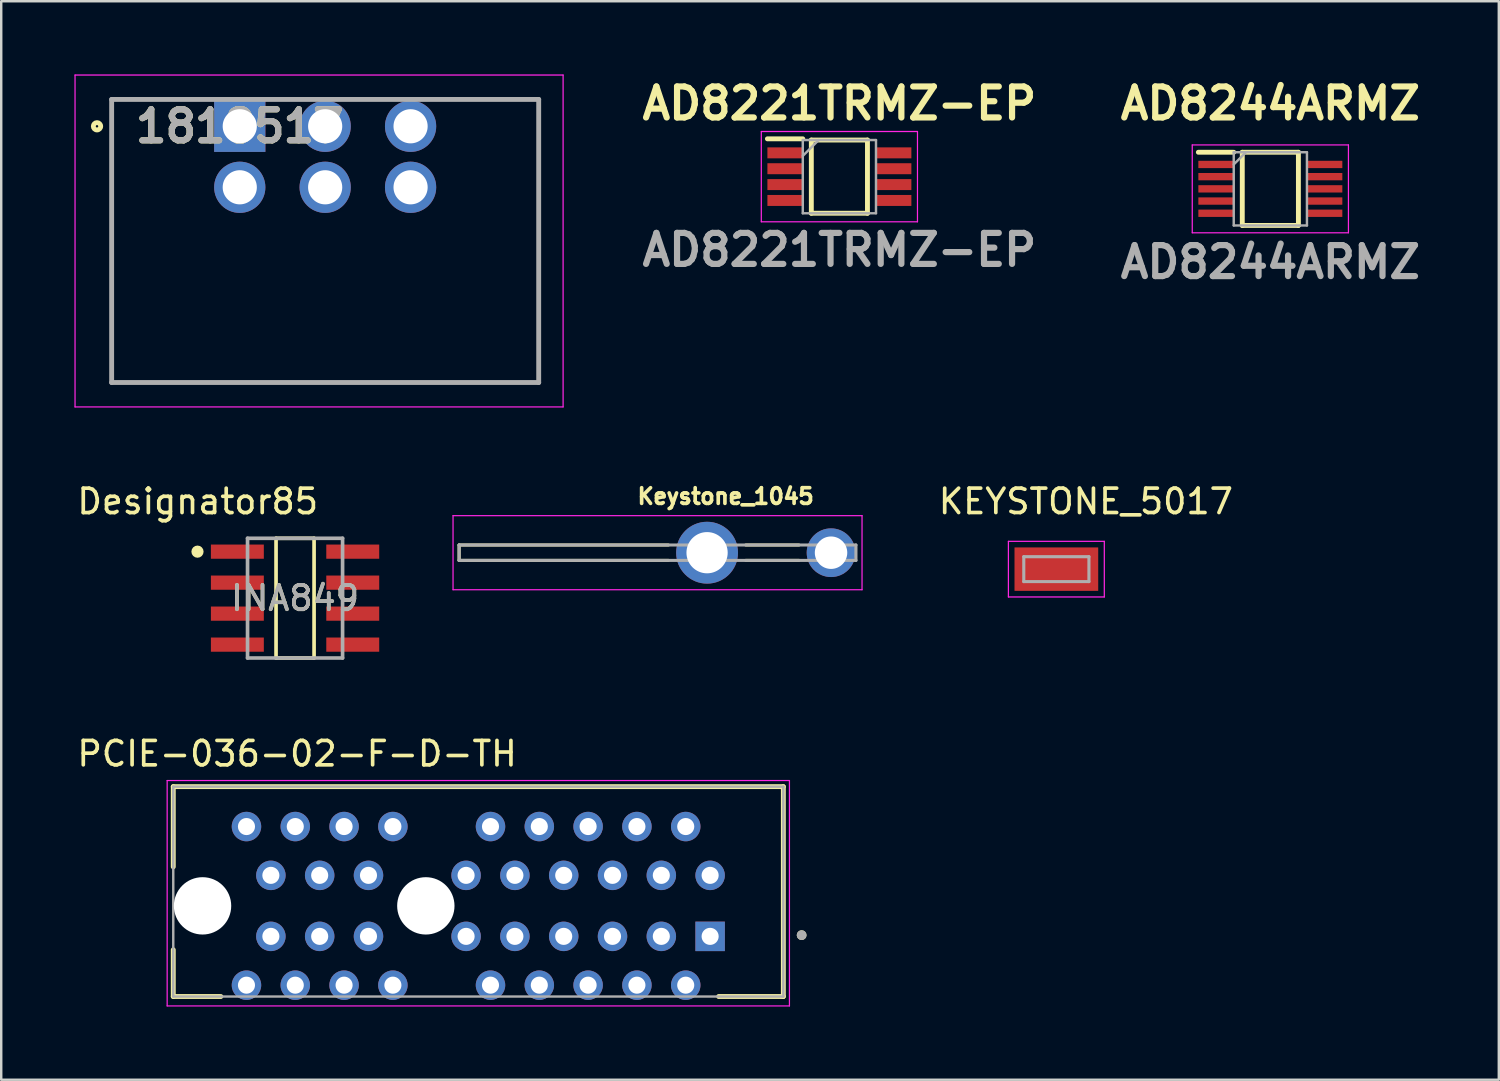
<source format=kicad_pcb>
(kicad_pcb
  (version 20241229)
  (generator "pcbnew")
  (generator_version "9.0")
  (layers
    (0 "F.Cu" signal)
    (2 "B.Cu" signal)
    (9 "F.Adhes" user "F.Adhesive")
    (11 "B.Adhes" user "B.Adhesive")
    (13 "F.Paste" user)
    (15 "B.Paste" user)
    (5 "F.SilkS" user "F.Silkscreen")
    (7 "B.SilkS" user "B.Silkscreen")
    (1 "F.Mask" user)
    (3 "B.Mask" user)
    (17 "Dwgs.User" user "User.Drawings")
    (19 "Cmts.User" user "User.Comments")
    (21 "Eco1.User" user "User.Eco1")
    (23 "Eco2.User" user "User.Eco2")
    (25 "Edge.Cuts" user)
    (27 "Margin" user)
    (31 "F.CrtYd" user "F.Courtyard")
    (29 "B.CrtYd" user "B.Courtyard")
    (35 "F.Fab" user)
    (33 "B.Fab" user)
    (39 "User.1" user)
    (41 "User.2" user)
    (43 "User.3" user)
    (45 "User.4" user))
  (footprint "Keystone_1045"
    (layer "F.Cu")
    (at 25.925 19.599)
    (property "Reference" "Keystone_1045" (at 0.762 -2.311 0) (layer "F.SilkS") (effects (font (size 0.64 0.64) (thickness 0.15))))
    (attr through_hole)
    (fp_line (start -10.16 -0.315) (end -1.587 -0.315) (stroke (width 0.127) (type solid)) (layer "F.SilkS"))
    (fp_line (start -10.16 0.315) (end -10.16 -0.315) (stroke (width 0.127) (type solid)) (layer "F.SilkS"))
    (fp_line (start -1.587 0.315) (end -10.16 0.315) (stroke (width 0.127) (type solid)) (layer "F.SilkS"))
    (fp_line (start 1.587 -0.315) (end 3.763 -0.315) (stroke (width 0.127) (type solid)) (layer "F.SilkS"))
    (fp_line (start 1.587 0.315) (end 3.763 0.315) (stroke (width 0.127) (type solid)) (layer "F.SilkS"))
    (fp_line (start -10.41 -1.518) (end -10.41 1.518) (stroke (width 0.05) (type solid)) (layer "F.CrtYd"))
    (fp_line (start -10.41 1.518) (end 6.35 1.518) (stroke (width 0.05) (type solid)) (layer "F.CrtYd"))
    (fp_line (start 6.35 -1.518) (end -10.41 -1.518) (stroke (width 0.05) (type solid)) (layer "F.CrtYd"))
    (fp_line (start 6.35 1.518) (end 6.35 -1.518) (stroke (width 0.05) (type solid)) (layer "F.CrtYd"))
    (fp_line (start -10.16 -0.315) (end 6.1 -0.315) (stroke (width 0.127) (type solid)) (layer "F.Fab"))
    (fp_line (start -10.16 0.315) (end -10.16 -0.315) (stroke (width 0.127) (type solid)) (layer "F.Fab"))
    (fp_line (start 6.1 -0.315) (end 6.1 0.315) (stroke (width 0.127) (type solid)) (layer "F.Fab"))
    (fp_line (start 6.1 0.315) (end -10.16 0.315) (stroke (width 0.127) (type solid)) (layer "F.Fab"))
    (pad "" np_thru_hole circle (at 5.08 0) (size 1.995 1.995) (drill 1.33) (layers "*.Cu" "*.Mask"))
    (pad "TP1" thru_hole circle (at 0 0) (size 2.535 2.535) (drill 1.69) (layers "*.Cu" "*.Mask")))
  (footprint "1818517"
    (layer "F.Cu")
    (at 6.775 2.125)
    (property "Reference" "1818517" (at 0 0 0) (layer "F.SilkS") (effects (font (size 1.27 1.27) (thickness 0.254))))
    (property "Field4" "" (at 0 0 0) (layer "F.SilkS") (effects (font (size 1 1) (thickness 0.1))))
    (attr through_hole)
    (fp_line (start -5.25 10.5) (end -5.25 -1.1) (stroke (width 0.1) (type solid)) (layer "F.SilkS"))
    (fp_line (start 12.25 -1.1) (end 12.25 10.5) (stroke (width 0.1) (type solid)) (layer "F.SilkS"))
    (fp_line (start 12.25 10.5) (end -5.25 10.5) (stroke (width 0.1) (type solid)) (layer "F.SilkS"))
    (fp_circle (center -5.85 0) (end -5.85 0.05) (stroke (width 0.2) (type solid)) (fill no) (layer "F.SilkS"))
    (fp_line (start -6.75 -2.1) (end 13.25 -2.1) (stroke (width 0.05) (type solid)) (layer "F.CrtYd"))
    (fp_line (start -6.75 11.5) (end -6.75 -2.1) (stroke (width 0.05) (type solid)) (layer "F.CrtYd"))
    (fp_line (start 13.25 -2.1) (end 13.25 11.5) (stroke (width 0.05) (type solid)) (layer "F.CrtYd"))
    (fp_line (start 13.25 11.5) (end -6.75 11.5) (stroke (width 0.05) (type solid)) (layer "F.CrtYd"))
    (fp_line (start -5.25 -1.1) (end 12.25 -1.1) (stroke (width 0.2) (type solid)) (layer "F.Fab"))
    (fp_line (start -5.25 10.5) (end -5.25 -1.1) (stroke (width 0.2) (type solid)) (layer "F.Fab"))
    (fp_line (start 12.25 -1.1) (end 12.25 10.5) (stroke (width 0.2) (type solid)) (layer "F.Fab"))
    (fp_line (start 12.25 10.5) (end -5.25 10.5) (stroke (width 0.2) (type solid)) (layer "F.Fab"))
    (fp_text user "${REFERENCE}" (at 0 0 0) (layer "F.Fab") (effects (font (size 1.27 1.27) (thickness 0.254))))
    (pad "1" thru_hole rect (at 0 0) (size 2.1 2.1) (drill 1.4) (layers "*.Cu" "*.Mask"))
    (pad "2" thru_hole circle (at 3.5 0) (size 2.1 2.1) (drill 1.4) (layers "*.Cu" "*.Mask"))
    (pad "3" thru_hole circle (at 7 0) (size 2.1 2.1) (drill 1.4) (layers "*.Cu" "*.Mask"))
    (pad "4" thru_hole circle (at 0 2.5) (size 2.1 2.1) (drill 1.4) (layers "*.Cu" "*.Mask"))
    (pad "5" thru_hole circle (at 3.5 2.5) (size 2.1 2.1) (drill 1.4) (layers "*.Cu" "*.Mask"))
    (pad "6" thru_hole circle (at 7 2.5) (size 2.1 2.1) (drill 1.4) (layers "*.Cu" "*.Mask")))
  (footprint "KEYSTONE_5017"
    (layer "F.Cu")
    (at 40.238 20.273)
    (property "Reference" "KEYSTONE_5017" (at 1.21 -2.775 0) (layer "F.SilkS") (effects (font (size 1 1) (thickness 0.15))))
    (attr smd)
    (fp_line (start -1.965 -1.14) (end -1.965 1.14) (stroke (width 0.05) (type solid)) (layer "F.CrtYd"))
    (fp_line (start -1.965 1.14) (end 1.965 1.14) (stroke (width 0.05) (type solid)) (layer "F.CrtYd"))
    (fp_line (start 1.965 -1.14) (end -1.965 -1.14) (stroke (width 0.05) (type solid)) (layer "F.CrtYd"))
    (fp_line (start 1.965 1.14) (end 1.965 -1.14) (stroke (width 0.05) (type solid)) (layer "F.CrtYd"))
    (fp_line (start -1.335 -0.51) (end 1.335 -0.51) (stroke (width 0.127) (type solid)) (layer "F.Fab"))
    (fp_line (start -1.335 0.51) (end -1.335 -0.51) (stroke (width 0.127) (type solid)) (layer "F.Fab"))
    (fp_line (start 1.335 -0.51) (end 1.335 0.51) (stroke (width 0.127) (type solid)) (layer "F.Fab"))
    (fp_line (start 1.335 0.51) (end -1.335 0.51) (stroke (width 0.127) (type solid)) (layer "F.Fab"))
    (pad "1" smd rect (at 0 0) (size 3.43 1.78) (layers "F.Cu" "F.Mask" "F.Paste")))
  (footprint "PCIE-036-02-F-D-TH"
    (layer "F.Cu")
    (at 16.55 33.486)
    (property "Reference" "PCIE-036-02-F-D-TH" (at -7.425 -5.65 0) (layer "F.SilkS") (effects (font (size 1 1) (thickness 0.15))))
    (attr through_hole)
    (fp_line (start -12.5 -4.3) (end 12.5 -4.3) (stroke (width 0.2) (type solid)) (layer "F.SilkS"))
    (fp_line (start -12.5 -1.015) (end -12.5 -4.3) (stroke (width 0.2) (type solid)) (layer "F.SilkS"))
    (fp_line (start -12.5 4.3) (end -12.5 2.385) (stroke (width 0.2) (type solid)) (layer "F.SilkS"))
    (fp_line (start -10.55 4.3) (end -12.5 4.3) (stroke (width 0.2) (type solid)) (layer "F.SilkS"))
    (fp_line (start 12.5 -4.3) (end 12.5 4.3) (stroke (width 0.2) (type solid)) (layer "F.SilkS"))
    (fp_line (start 12.5 4.3) (end 9.85 4.3) (stroke (width 0.2) (type solid)) (layer "F.SilkS"))
    (fp_circle (center 13.25 1.785) (end 13.35 1.785) (stroke (width 0.2) (type solid)) (fill no) (layer "F.SilkS"))
    (fp_line (start -12.75 -4.55) (end 12.75 -4.55) (stroke (width 0.05) (type solid)) (layer "F.CrtYd"))
    (fp_line (start -12.75 4.685) (end -12.75 -4.55) (stroke (width 0.05) (type solid)) (layer "F.CrtYd"))
    (fp_line (start 12.75 -4.55) (end 12.75 4.685) (stroke (width 0.05) (type solid)) (layer "F.CrtYd"))
    (fp_line (start 12.75 4.685) (end -12.75 4.685) (stroke (width 0.05) (type solid)) (layer "F.CrtYd"))
    (fp_line (start -12.5 -4.3) (end 12.5 -4.3) (stroke (width 0.1) (type solid)) (layer "F.Fab"))
    (fp_line (start -12.5 4.3) (end -12.5 -4.3) (stroke (width 0.1) (type solid)) (layer "F.Fab"))
    (fp_line (start 12.5 -4.3) (end 12.5 4.3) (stroke (width 0.1) (type solid)) (layer "F.Fab"))
    (fp_line (start 12.5 4.3) (end -12.5 4.3) (stroke (width 0.1) (type solid)) (layer "F.Fab"))
    (fp_circle (center 13.25 1.785) (end 13.35 1.785) (stroke (width 0.2) (type solid)) (fill no) (layer "F.Fab"))
    (pad "" np_thru_hole circle (at -11.3 0.585) (size 2.35 2.35) (drill 2.35) (layers "*.Cu" "*.Mask"))
    (pad "" np_thru_hole circle (at -2.15 0.585) (size 2.35 2.35) (drill 2.35) (layers "*.Cu" "*.Mask"))
    (pad "A1" thru_hole rect (at 9.5 1.835) (size 1.208 1.208) (drill 0.7) (layers "*.Cu" "*.Mask"))
    (pad "A2" thru_hole circle (at 8.5 3.835) (size 1.208 1.208) (drill 0.7) (layers "*.Cu" "*.Mask"))
    (pad "A3" thru_hole circle (at 7.5 1.835) (size 1.208 1.208) (drill 0.7) (layers "*.Cu" "*.Mask"))
    (pad "A4" thru_hole circle (at 6.5 3.835) (size 1.208 1.208) (drill 0.7) (layers "*.Cu" "*.Mask"))
    (pad "A5" thru_hole circle (at 5.5 1.835) (size 1.208 1.208) (drill 0.7) (layers "*.Cu" "*.Mask"))
    (pad "A6" thru_hole circle (at 4.5 3.835) (size 1.208 1.208) (drill 0.7) (layers "*.Cu" "*.Mask"))
    (pad "A7" thru_hole circle (at 3.5 1.835) (size 1.208 1.208) (drill 0.7) (layers "*.Cu" "*.Mask"))
    (pad "A8" thru_hole circle (at 2.5 3.835) (size 1.208 1.208) (drill 0.7) (layers "*.Cu" "*.Mask"))
    (pad "A9" thru_hole circle (at 1.5 1.835) (size 1.208 1.208) (drill 0.7) (layers "*.Cu" "*.Mask"))
    (pad "A10" thru_hole circle (at 0.5 3.835) (size 1.208 1.208) (drill 0.7) (layers "*.Cu" "*.Mask"))
    (pad "A11" thru_hole circle (at -0.5 1.835) (size 1.208 1.208) (drill 0.7) (layers "*.Cu" "*.Mask"))
    (pad "A12" thru_hole circle (at -3.5 3.835) (size 1.208 1.208) (drill 0.7) (layers "*.Cu" "*.Mask"))
    (pad "A13" thru_hole circle (at -4.5 1.835) (size 1.208 1.208) (drill 0.7) (layers "*.Cu" "*.Mask"))
    (pad "A14" thru_hole circle (at -5.5 3.835) (size 1.208 1.208) (drill 0.7) (layers "*.Cu" "*.Mask"))
    (pad "A15" thru_hole circle (at -6.5 1.835) (size 1.208 1.208) (drill 0.7) (layers "*.Cu" "*.Mask"))
    (pad "A16" thru_hole circle (at -7.5 3.835) (size 1.208 1.208) (drill 0.7) (layers "*.Cu" "*.Mask"))
    (pad "A17" thru_hole circle (at -8.5 1.835) (size 1.208 1.208) (drill 0.7) (layers "*.Cu" "*.Mask"))
    (pad "A18" thru_hole circle (at -9.5 3.835) (size 1.208 1.208) (drill 0.7) (layers "*.Cu" "*.Mask"))
    (pad "B1" thru_hole circle (at 9.5 -0.665) (size 1.208 1.208) (drill 0.7) (layers "*.Cu" "*.Mask"))
    (pad "B2" thru_hole circle (at 8.5 -2.665) (size 1.208 1.208) (drill 0.7) (layers "*.Cu" "*.Mask"))
    (pad "B3" thru_hole circle (at 7.5 -0.665) (size 1.208 1.208) (drill 0.7) (layers "*.Cu" "*.Mask"))
    (pad "B4" thru_hole circle (at 6.5 -2.665) (size 1.208 1.208) (drill 0.7) (layers "*.Cu" "*.Mask"))
    (pad "B5" thru_hole circle (at 5.5 -0.665) (size 1.208 1.208) (drill 0.7) (layers "*.Cu" "*.Mask"))
    (pad "B6" thru_hole circle (at 4.5 -2.665) (size 1.208 1.208) (drill 0.7) (layers "*.Cu" "*.Mask"))
    (pad "B7" thru_hole circle (at 3.5 -0.665) (size 1.208 1.208) (drill 0.7) (layers "*.Cu" "*.Mask"))
    (pad "B8" thru_hole circle (at 2.5 -2.665) (size 1.208 1.208) (drill 0.7) (layers "*.Cu" "*.Mask"))
    (pad "B9" thru_hole circle (at 1.5 -0.665) (size 1.208 1.208) (drill 0.7) (layers "*.Cu" "*.Mask"))
    (pad "B10" thru_hole circle (at 0.5 -2.665) (size 1.208 1.208) (drill 0.7) (layers "*.Cu" "*.Mask"))
    (pad "B11" thru_hole circle (at -0.5 -0.665) (size 1.208 1.208) (drill 0.7) (layers "*.Cu" "*.Mask"))
    (pad "B12" thru_hole circle (at -3.5 -2.665) (size 1.208 1.208) (drill 0.7) (layers "*.Cu" "*.Mask"))
    (pad "B13" thru_hole circle (at -4.5 -0.665) (size 1.208 1.208) (drill 0.7) (layers "*.Cu" "*.Mask"))
    (pad "B14" thru_hole circle (at -5.5 -2.665) (size 1.208 1.208) (drill 0.7) (layers "*.Cu" "*.Mask"))
    (pad "B15" thru_hole circle (at -6.5 -0.665) (size 1.208 1.208) (drill 0.7) (layers "*.Cu" "*.Mask"))
    (pad "B16" thru_hole circle (at -7.5 -2.665) (size 1.208 1.208) (drill 0.7) (layers "*.Cu" "*.Mask"))
    (pad "B17" thru_hole circle (at -8.5 -0.665) (size 1.208 1.208) (drill 0.7) (layers "*.Cu" "*.Mask"))
    (pad "B18" thru_hole circle (at -9.5 -2.665) (size 1.208 1.208) (drill 0.7) (layers "*.Cu" "*.Mask")))
  (footprint "AD8221TRMZ-EP"
    (layer "F.Cu")
    (at 31.347 4.189)
    (property "Reference" "AD8221TRMZ-EP" (at 0 -3 0) (layer "F.SilkS") (effects (font (size 1.27 1.27) (thickness 0.254))))
    (property "Field4" "" (at 0 0 0) (layer "F.SilkS") (effects (font (size 1 1) (thickness 0.1))))
    (attr smd)
    (fp_line (start -2.95 -1.55) (end -1.5 -1.55) (stroke (width 0.2) (type solid)) (layer "F.SilkS"))
    (fp_line (start -1.15 -1.5) (end 1.15 -1.5) (stroke (width 0.2) (type solid)) (layer "F.SilkS"))
    (fp_line (start -1.15 1.5) (end -1.15 -1.5) (stroke (width 0.2) (type solid)) (layer "F.SilkS"))
    (fp_line (start 1.15 -1.5) (end 1.15 1.5) (stroke (width 0.2) (type solid)) (layer "F.SilkS"))
    (fp_line (start 1.15 1.5) (end -1.15 1.5) (stroke (width 0.2) (type solid)) (layer "F.SilkS"))
    (fp_line (start -3.2 -1.85) (end 3.2 -1.85) (stroke (width 0.05) (type solid)) (layer "F.CrtYd"))
    (fp_line (start -3.2 1.85) (end -3.2 -1.85) (stroke (width 0.05) (type solid)) (layer "F.CrtYd"))
    (fp_line (start 3.2 -1.85) (end 3.2 1.85) (stroke (width 0.05) (type solid)) (layer "F.CrtYd"))
    (fp_line (start 3.2 1.85) (end -3.2 1.85) (stroke (width 0.05) (type solid)) (layer "F.CrtYd"))
    (fp_line (start -1.5 -1.5) (end 1.5 -1.5) (stroke (width 0.1) (type solid)) (layer "F.Fab"))
    (fp_line (start -1.5 -0.85) (end -0.85 -1.5) (stroke (width 0.1) (type solid)) (layer "F.Fab"))
    (fp_line (start -1.5 1.5) (end -1.5 -1.5) (stroke (width 0.1) (type solid)) (layer "F.Fab"))
    (fp_line (start 1.5 -1.5) (end 1.5 1.5) (stroke (width 0.1) (type solid)) (layer "F.Fab"))
    (fp_line (start 1.5 1.5) (end -1.5 1.5) (stroke (width 0.1) (type solid)) (layer "F.Fab"))
    (fp_text user "${REFERENCE}" (at 0 3 0) (layer "F.Fab") (effects (font (size 1.27 1.27) (thickness 0.254))))
    (pad "1" smd rect (at -2.225 -0.975 90) (size 0.45 1.45) (layers "F.Cu" "F.Mask" "F.Paste"))
    (pad "2" smd rect (at -2.225 -0.325 90) (size 0.45 1.45) (layers "F.Cu" "F.Mask" "F.Paste"))
    (pad "3" smd rect (at -2.225 0.325 90) (size 0.45 1.45) (layers "F.Cu" "F.Mask" "F.Paste"))
    (pad "4" smd rect (at -2.225 0.975 90) (size 0.45 1.45) (layers "F.Cu" "F.Mask" "F.Paste"))
    (pad "5" smd rect (at 2.225 0.975 90) (size 0.45 1.45) (layers "F.Cu" "F.Mask" "F.Paste"))
    (pad "6" smd rect (at 2.225 0.325 90) (size 0.45 1.45) (layers "F.Cu" "F.Mask" "F.Paste"))
    (pad "7" smd rect (at 2.225 -0.325 90) (size 0.45 1.45) (layers "F.Cu" "F.Mask" "F.Paste"))
    (pad "8" smd rect (at 2.225 -0.975 90) (size 0.45 1.45) (layers "F.Cu" "F.Mask" "F.Paste")))
  (footprint "INA849"
    (layer "F.Cu")
    (at 9.041 21.461)
    (property "Reference" "INA849" (at 0 0 0) (unlocked yes) (layer "F.SilkS") (effects (font (size 1 1) (thickness 0.15))))
    (attr smd)
    (fp_line (start -0.779 -2.453) (end 0.779 -2.453) (stroke (width 0.15) (type solid)) (layer "F.SilkS"))
    (fp_line (start -0.779 2.453) (end -0.779 -2.453) (stroke (width 0.15) (type solid)) (layer "F.SilkS"))
    (fp_line (start -0.779 2.453) (end 0.779 2.453) (stroke (width 0.15) (type solid)) (layer "F.SilkS"))
    (fp_line (start 0.779 2.453) (end 0.779 -2.453) (stroke (width 0.15) (type solid)) (layer "F.SilkS"))
    (fp_circle (center -3.998 -1.905) (end -3.873 -1.905) (stroke (width 0.25) (type solid)) (fill no) (layer "F.SilkS"))
    (fp_line (start -1.947 -2.453) (end 1.947 -2.453) (stroke (width 0.15) (type solid)) (layer "F.Fab"))
    (fp_line (start -1.947 2.453) (end -1.947 -2.453) (stroke (width 0.15) (type solid)) (layer "F.Fab"))
    (fp_line (start -1.947 2.453) (end 1.947 2.453) (stroke (width 0.15) (type solid)) (layer "F.Fab"))
    (fp_line (start 1.947 2.453) (end 1.947 -2.453) (stroke (width 0.15) (type solid)) (layer "F.Fab"))
    (fp_text user "Designator85" (at -3.988 -3.962 0) (unlocked yes) (layer "F.SilkS") (effects (font (size 1 1) (thickness 0.15))))
    (fp_text user "${REFERENCE}" (at 0 0 0) (unlocked yes) (layer "F.Fab") (effects (font (size 1 1) (thickness 0.15))))
    (pad "1" smd rect (at -2.364 -1.905) (size 2.169 0.582) (layers "F.Cu" "F.Mask" "F.Paste"))
    (pad "2" smd rect (at -2.364 -0.635) (size 2.169 0.582) (layers "F.Cu" "F.Mask" "F.Paste"))
    (pad "3" smd rect (at -2.364 0.635) (size 2.169 0.582) (layers "F.Cu" "F.Mask" "F.Paste"))
    (pad "4" smd rect (at -2.364 1.905) (size 2.169 0.582) (layers "F.Cu" "F.Mask" "F.Paste"))
    (pad "5" smd rect (at 2.364 1.905) (size 2.169 0.582) (layers "F.Cu" "F.Mask" "F.Paste"))
    (pad "6" smd rect (at 2.364 0.635) (size 2.169 0.582) (layers "F.Cu" "F.Mask" "F.Paste"))
    (pad "7" smd rect (at 2.364 -0.635) (size 2.169 0.582) (layers "F.Cu" "F.Mask" "F.Paste"))
    (pad "8" smd rect (at 2.364 -1.905) (size 2.169 0.582) (layers "F.Cu" "F.Mask" "F.Paste")))
  (footprint "AD8244ARMZ"
    (layer "F.Cu")
    (at 49.007 4.689)
    (property "Reference" "AD8244ARMZ" (at 0 -3.5 0) (layer "F.SilkS") (effects (font (size 1.27 1.27) (thickness 0.254))))
    (attr smd)
    (fp_line (start -2.95 -1.5) (end -1.5 -1.5) (stroke (width 0.2) (type solid)) (layer "F.SilkS"))
    (fp_line (start -1.15 -1.5) (end 1.15 -1.5) (stroke (width 0.2) (type solid)) (layer "F.SilkS"))
    (fp_line (start -1.15 1.5) (end -1.15 -1.5) (stroke (width 0.2) (type solid)) (layer "F.SilkS"))
    (fp_line (start 1.15 -1.5) (end 1.15 1.5) (stroke (width 0.2) (type solid)) (layer "F.SilkS"))
    (fp_line (start 1.15 1.5) (end -1.15 1.5) (stroke (width 0.2) (type solid)) (layer "F.SilkS"))
    (fp_line (start -3.2 -1.8) (end 3.2 -1.8) (stroke (width 0.05) (type solid)) (layer "F.CrtYd"))
    (fp_line (start -3.2 1.8) (end -3.2 -1.8) (stroke (width 0.05) (type solid)) (layer "F.CrtYd"))
    (fp_line (start 3.2 -1.8) (end 3.2 1.8) (stroke (width 0.05) (type solid)) (layer "F.CrtYd"))
    (fp_line (start 3.2 1.8) (end -3.2 1.8) (stroke (width 0.05) (type solid)) (layer "F.CrtYd"))
    (fp_line (start -1.5 -1.5) (end 1.5 -1.5) (stroke (width 0.1) (type solid)) (layer "F.Fab"))
    (fp_line (start -1.5 -1) (end -1 -1.5) (stroke (width 0.1) (type solid)) (layer "F.Fab"))
    (fp_line (start -1.5 1.5) (end -1.5 -1.5) (stroke (width 0.1) (type solid)) (layer "F.Fab"))
    (fp_line (start 1.5 -1.5) (end 1.5 1.5) (stroke (width 0.1) (type solid)) (layer "F.Fab"))
    (fp_line (start 1.5 1.5) (end -1.5 1.5) (stroke (width 0.1) (type solid)) (layer "F.Fab"))
    (fp_text user "${REFERENCE}" (at 0 3 0) (layer "F.Fab") (effects (font (size 1.27 1.27) (thickness 0.254))))
    (pad "1" smd rect (at -2.225 -1 90) (size 0.3 1.45) (layers "F.Cu" "F.Mask" "F.Paste"))
    (pad "2" smd rect (at -2.225 -0.5 90) (size 0.3 1.45) (layers "F.Cu" "F.Mask" "F.Paste"))
    (pad "3" smd rect (at -2.225 0 90) (size 0.3 1.45) (layers "F.Cu" "F.Mask" "F.Paste"))
    (pad "4" smd rect (at -2.225 0.5 90) (size 0.3 1.45) (layers "F.Cu" "F.Mask" "F.Paste"))
    (pad "5" smd rect (at -2.225 1 90) (size 0.3 1.45) (layers "F.Cu" "F.Mask" "F.Paste"))
    (pad "6" smd rect (at 2.225 1 90) (size 0.3 1.45) (layers "F.Cu" "F.Mask" "F.Paste"))
    (pad "7" smd rect (at 2.225 0.5 90) (size 0.3 1.45) (layers "F.Cu" "F.Mask" "F.Paste"))
    (pad "8" smd rect (at 2.225 0 90) (size 0.3 1.45) (layers "F.Cu" "F.Mask" "F.Paste"))
    (pad "9" smd rect (at 2.225 -0.5 90) (size 0.3 1.45) (layers "F.Cu" "F.Mask" "F.Paste"))
    (pad "10" smd rect (at 2.225 -1 90) (size 0.3 1.45) (layers "F.Cu" "F.Mask" "F.Paste")))
  (gr_rect
    (start -3 -3)
    (end 58.369 41.196)
    (stroke (width 0.1) (type default))
    (fill no)
    (layer "Edge.Cuts")))
</source>
